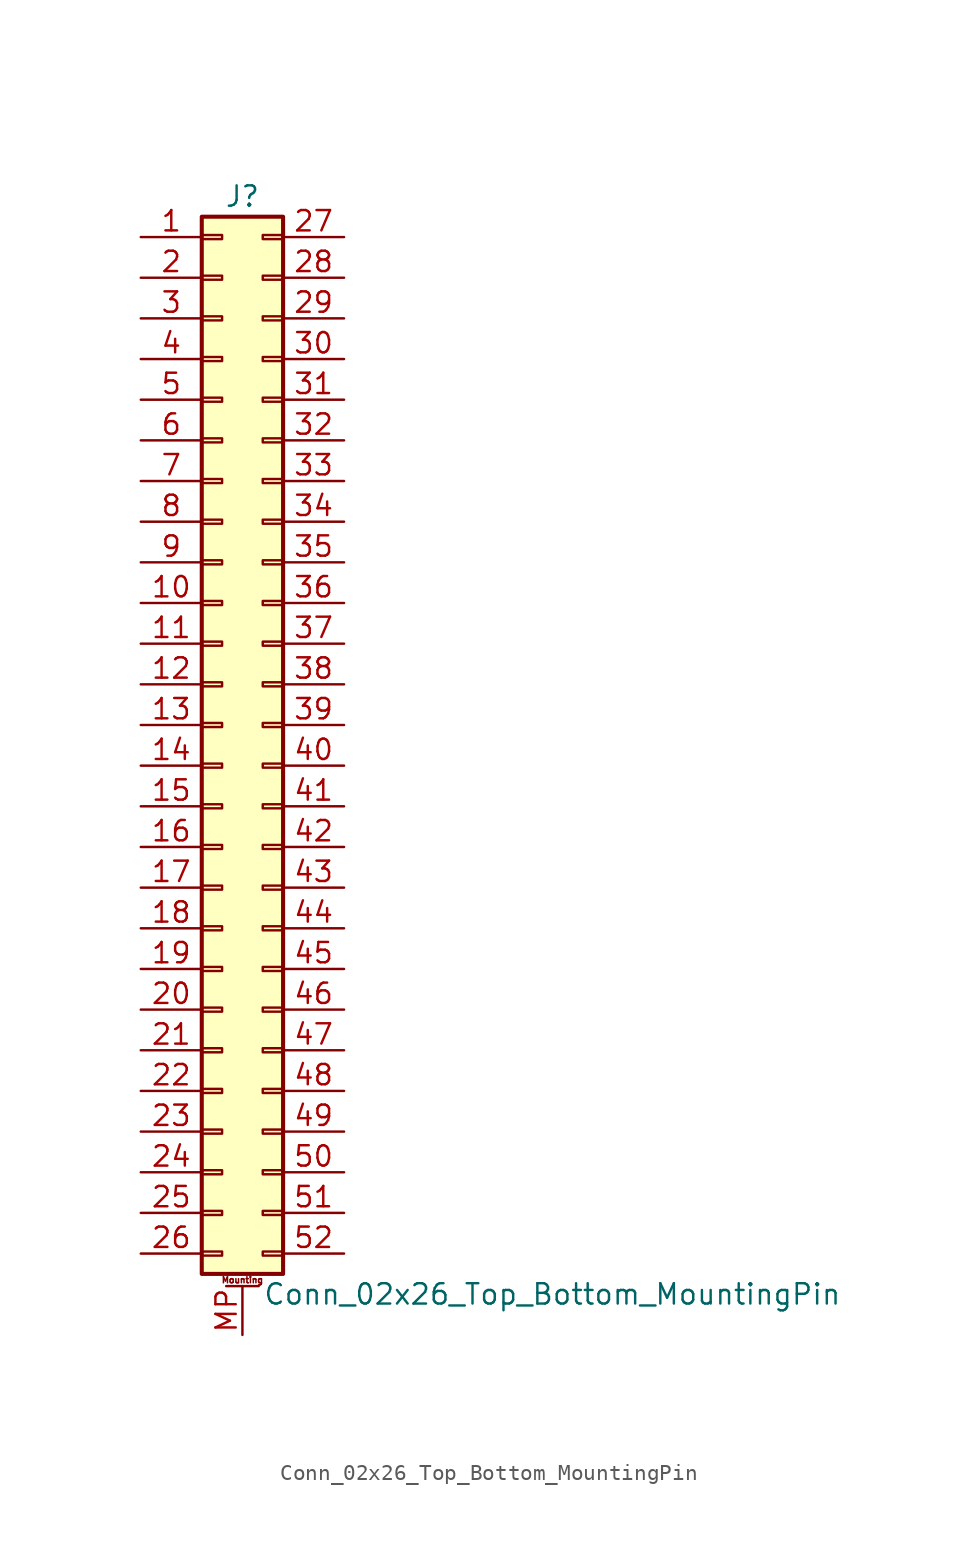
<source format=kicad_sym>
(kicad_symbol_lib
  (version 20201005)
  (generator kicad_symbol_editor)
  (symbol "Conn_02x26_Top_Bottom_MountingPin"
    (pin_names
      (offset 1.016) hide)
    (property "Reference" "J"
      (at 1.27 33.02 0)
      (effects (font (size 1.27 1.27))))
    (property "Value" "Conn_02x26_Top_Bottom_MountingPin"
      (at 2.54 -35.56 0)
      (effects (font (size 1.27 1.27)) (justify left)))
    (symbol "Conn_02x26_Top_Bottom_MountingPin_1_1"
      (text "Mounting" (at 1.27 -34.671 0) (effects (font (size 0.381 0.381))))
      (rectangle (start -1.27 -32.893) (end 0 -33.147) (stroke (width 0.152)) (fill (type none)))
      (rectangle (start -1.27 -30.353) (end 0 -30.607) (stroke (width 0.152)) (fill (type none)))
      (rectangle (start -1.27 -27.813) (end 0 -28.067) (stroke (width 0.152)) (fill (type none)))
      (rectangle (start -1.27 -25.273) (end 0 -25.527) (stroke (width 0.152)) (fill (type none)))
      (rectangle (start -1.27 -22.733) (end 0 -22.987) (stroke (width 0.152)) (fill (type none)))
      (rectangle (start -1.27 -20.193) (end 0 -20.447) (stroke (width 0.152)) (fill (type none)))
      (rectangle (start -1.27 -17.653) (end 0 -17.907) (stroke (width 0.152)) (fill (type none)))
      (rectangle (start -1.27 -15.113) (end 0 -15.367) (stroke (width 0.152)) (fill (type none)))
      (rectangle (start -1.27 -12.573) (end 0 -12.827) (stroke (width 0.152)) (fill (type none)))
      (rectangle (start -1.27 -10.033) (end 0 -10.287) (stroke (width 0.152)) (fill (type none)))
      (rectangle (start -1.27 -7.493) (end 0 -7.747) (stroke (width 0.152)) (fill (type none)))
      (rectangle (start -1.27 -4.953) (end 0 -5.207) (stroke (width 0.152)) (fill (type none)))
      (rectangle (start -1.27 -2.413) (end 0 -2.667) (stroke (width 0.152)) (fill (type none)))
      (rectangle (start -1.27 0.127) (end 0 -0.127) (stroke (width 0.152)) (fill (type none)))
      (rectangle (start -1.27 2.667) (end 0 2.413) (stroke (width 0.152)) (fill (type none)))
      (rectangle (start -1.27 5.207) (end 0 4.953) (stroke (width 0.152)) (fill (type none)))
      (rectangle (start -1.27 7.747) (end 0 7.493) (stroke (width 0.152)) (fill (type none)))
      (rectangle (start -1.27 10.287) (end 0 10.033) (stroke (width 0.152)) (fill (type none)))
      (rectangle (start -1.27 12.827) (end 0 12.573) (stroke (width 0.152)) (fill (type none)))
      (rectangle (start -1.27 15.367) (end 0 15.113) (stroke (width 0.152)) (fill (type none)))
      (rectangle (start -1.27 17.907) (end 0 17.653) (stroke (width 0.152)) (fill (type none)))
      (rectangle (start -1.27 20.447) (end 0 20.193) (stroke (width 0.152)) (fill (type none)))
      (rectangle (start -1.27 22.987) (end 0 22.733) (stroke (width 0.152)) (fill (type none)))
      (rectangle (start -1.27 25.527) (end 0 25.273) (stroke (width 0.152)) (fill (type none)))
      (rectangle (start -1.27 28.067) (end 0 27.813) (stroke (width 0.152)) (fill (type none)))
      (rectangle (start -1.27 30.607) (end 0 30.353) (stroke (width 0.152)) (fill (type none)))
      (rectangle (start -1.27 31.75) (end 3.81 -34.29) (stroke (width 0.254)) (fill (type background)))
      (rectangle (start 3.81 -32.893) (end 2.54 -33.147) (stroke (width 0.152)) (fill (type none)))
      (rectangle (start 3.81 -30.353) (end 2.54 -30.607) (stroke (width 0.152)) (fill (type none)))
      (rectangle (start 3.81 -27.813) (end 2.54 -28.067) (stroke (width 0.152)) (fill (type none)))
      (rectangle (start 3.81 -25.273) (end 2.54 -25.527) (stroke (width 0.152)) (fill (type none)))
      (rectangle (start 3.81 -22.733) (end 2.54 -22.987) (stroke (width 0.152)) (fill (type none)))
      (rectangle (start 3.81 -20.193) (end 2.54 -20.447) (stroke (width 0.152)) (fill (type none)))
      (rectangle (start 3.81 -17.653) (end 2.54 -17.907) (stroke (width 0.152)) (fill (type none)))
      (rectangle (start 3.81 -15.113) (end 2.54 -15.367) (stroke (width 0.152)) (fill (type none)))
      (rectangle (start 3.81 -12.573) (end 2.54 -12.827) (stroke (width 0.152)) (fill (type none)))
      (rectangle (start 3.81 -10.033) (end 2.54 -10.287) (stroke (width 0.152)) (fill (type none)))
      (rectangle (start 3.81 -7.493) (end 2.54 -7.747) (stroke (width 0.152)) (fill (type none)))
      (rectangle (start 3.81 -4.953) (end 2.54 -5.207) (stroke (width 0.152)) (fill (type none)))
      (rectangle (start 3.81 -2.413) (end 2.54 -2.667) (stroke (width 0.152)) (fill (type none)))
      (rectangle (start 3.81 0.127) (end 2.54 -0.127) (stroke (width 0.152)) (fill (type none)))
      (rectangle (start 3.81 2.667) (end 2.54 2.413) (stroke (width 0.152)) (fill (type none)))
      (rectangle (start 3.81 5.207) (end 2.54 4.953) (stroke (width 0.152)) (fill (type none)))
      (rectangle (start 3.81 7.747) (end 2.54 7.493) (stroke (width 0.152)) (fill (type none)))
      (rectangle (start 3.81 10.287) (end 2.54 10.033) (stroke (width 0.152)) (fill (type none)))
      (rectangle (start 3.81 12.827) (end 2.54 12.573) (stroke (width 0.152)) (fill (type none)))
      (rectangle (start 3.81 15.367) (end 2.54 15.113) (stroke (width 0.152)) (fill (type none)))
      (rectangle (start 3.81 17.907) (end 2.54 17.653) (stroke (width 0.152)) (fill (type none)))
      (rectangle (start 3.81 20.447) (end 2.54 20.193) (stroke (width 0.152)) (fill (type none)))
      (rectangle (start 3.81 22.987) (end 2.54 22.733) (stroke (width 0.152)) (fill (type none)))
      (rectangle (start 3.81 25.527) (end 2.54 25.273) (stroke (width 0.152)) (fill (type none)))
      (rectangle (start 3.81 28.067) (end 2.54 27.813) (stroke (width 0.152)) (fill (type none)))
      (rectangle (start 3.81 30.607) (end 2.54 30.353) (stroke (width 0.152)) (fill (type none)))
      (polyline (pts (xy 0.254 -35.052) (xy 2.286 -35.052)) (stroke (width 0.152)) (fill (type none)))
      (pin passive line (at -5.08 30.48 0) (length 3.81) (name "Pin_1" (effects (font (size 1.27 1.27)))) (number "1" (effects (font (size 1.27 1.27)))))
      (pin passive line (at -5.08 7.62 0) (length 3.81) (name "Pin_10" (effects (font (size 1.27 1.27)))) (number "10" (effects (font (size 1.27 1.27)))))
      (pin passive line (at -5.08 5.08 0) (length 3.81) (name "Pin_11" (effects (font (size 1.27 1.27)))) (number "11" (effects (font (size 1.27 1.27)))))
      (pin passive line (at -5.08 2.54 0) (length 3.81) (name "Pin_12" (effects (font (size 1.27 1.27)))) (number "12" (effects (font (size 1.27 1.27)))))
      (pin passive line (at -5.08 0 0) (length 3.81) (name "Pin_13" (effects (font (size 1.27 1.27)))) (number "13" (effects (font (size 1.27 1.27)))))
      (pin passive line (at -5.08 -2.54 0) (length 3.81) (name "Pin_14" (effects (font (size 1.27 1.27)))) (number "14" (effects (font (size 1.27 1.27)))))
      (pin passive line (at -5.08 -5.08 0) (length 3.81) (name "Pin_15" (effects (font (size 1.27 1.27)))) (number "15" (effects (font (size 1.27 1.27)))))
      (pin passive line (at -5.08 -7.62 0) (length 3.81) (name "Pin_16" (effects (font (size 1.27 1.27)))) (number "16" (effects (font (size 1.27 1.27)))))
      (pin passive line (at -5.08 -10.16 0) (length 3.81) (name "Pin_17" (effects (font (size 1.27 1.27)))) (number "17" (effects (font (size 1.27 1.27)))))
      (pin passive line (at -5.08 -12.7 0) (length 3.81) (name "Pin_18" (effects (font (size 1.27 1.27)))) (number "18" (effects (font (size 1.27 1.27)))))
      (pin passive line (at -5.08 -15.24 0) (length 3.81) (name "Pin_19" (effects (font (size 1.27 1.27)))) (number "19" (effects (font (size 1.27 1.27)))))
      (pin passive line (at -5.08 27.94 0) (length 3.81) (name "Pin_2" (effects (font (size 1.27 1.27)))) (number "2" (effects (font (size 1.27 1.27)))))
      (pin passive line (at -5.08 -17.78 0) (length 3.81) (name "Pin_20" (effects (font (size 1.27 1.27)))) (number "20" (effects (font (size 1.27 1.27)))))
      (pin passive line (at -5.08 -20.32 0) (length 3.81) (name "Pin_21" (effects (font (size 1.27 1.27)))) (number "21" (effects (font (size 1.27 1.27)))))
      (pin passive line (at -5.08 -22.86 0) (length 3.81) (name "Pin_22" (effects (font (size 1.27 1.27)))) (number "22" (effects (font (size 1.27 1.27)))))
      (pin passive line (at -5.08 -25.4 0) (length 3.81) (name "Pin_23" (effects (font (size 1.27 1.27)))) (number "23" (effects (font (size 1.27 1.27)))))
      (pin passive line (at -5.08 -27.94 0) (length 3.81) (name "Pin_24" (effects (font (size 1.27 1.27)))) (number "24" (effects (font (size 1.27 1.27)))))
      (pin passive line (at -5.08 -30.48 0) (length 3.81) (name "Pin_25" (effects (font (size 1.27 1.27)))) (number "25" (effects (font (size 1.27 1.27)))))
      (pin passive line (at -5.08 -33.02 0) (length 3.81) (name "Pin_26" (effects (font (size 1.27 1.27)))) (number "26" (effects (font (size 1.27 1.27)))))
      (pin passive line (at 7.62 30.48 180) (length 3.81) (name "Pin_27" (effects (font (size 1.27 1.27)))) (number "27" (effects (font (size 1.27 1.27)))))
      (pin passive line (at 7.62 27.94 180) (length 3.81) (name "Pin_28" (effects (font (size 1.27 1.27)))) (number "28" (effects (font (size 1.27 1.27)))))
      (pin passive line (at 7.62 25.4 180) (length 3.81) (name "Pin_29" (effects (font (size 1.27 1.27)))) (number "29" (effects (font (size 1.27 1.27)))))
      (pin passive line (at -5.08 25.4 0) (length 3.81) (name "Pin_3" (effects (font (size 1.27 1.27)))) (number "3" (effects (font (size 1.27 1.27)))))
      (pin passive line (at 7.62 22.86 180) (length 3.81) (name "Pin_30" (effects (font (size 1.27 1.27)))) (number "30" (effects (font (size 1.27 1.27)))))
      (pin passive line (at 7.62 20.32 180) (length 3.81) (name "Pin_31" (effects (font (size 1.27 1.27)))) (number "31" (effects (font (size 1.27 1.27)))))
      (pin passive line (at 7.62 17.78 180) (length 3.81) (name "Pin_32" (effects (font (size 1.27 1.27)))) (number "32" (effects (font (size 1.27 1.27)))))
      (pin passive line (at 7.62 15.24 180) (length 3.81) (name "Pin_33" (effects (font (size 1.27 1.27)))) (number "33" (effects (font (size 1.27 1.27)))))
      (pin passive line (at 7.62 12.7 180) (length 3.81) (name "Pin_34" (effects (font (size 1.27 1.27)))) (number "34" (effects (font (size 1.27 1.27)))))
      (pin passive line (at 7.62 10.16 180) (length 3.81) (name "Pin_35" (effects (font (size 1.27 1.27)))) (number "35" (effects (font (size 1.27 1.27)))))
      (pin passive line (at 7.62 7.62 180) (length 3.81) (name "Pin_36" (effects (font (size 1.27 1.27)))) (number "36" (effects (font (size 1.27 1.27)))))
      (pin passive line (at 7.62 5.08 180) (length 3.81) (name "Pin_37" (effects (font (size 1.27 1.27)))) (number "37" (effects (font (size 1.27 1.27)))))
      (pin passive line (at 7.62 2.54 180) (length 3.81) (name "Pin_38" (effects (font (size 1.27 1.27)))) (number "38" (effects (font (size 1.27 1.27)))))
      (pin passive line (at 7.62 0 180) (length 3.81) (name "Pin_39" (effects (font (size 1.27 1.27)))) (number "39" (effects (font (size 1.27 1.27)))))
      (pin passive line (at -5.08 22.86 0) (length 3.81) (name "Pin_4" (effects (font (size 1.27 1.27)))) (number "4" (effects (font (size 1.27 1.27)))))
      (pin passive line (at 7.62 -2.54 180) (length 3.81) (name "Pin_40" (effects (font (size 1.27 1.27)))) (number "40" (effects (font (size 1.27 1.27)))))
      (pin passive line (at 7.62 -5.08 180) (length 3.81) (name "Pin_41" (effects (font (size 1.27 1.27)))) (number "41" (effects (font (size 1.27 1.27)))))
      (pin passive line (at 7.62 -7.62 180) (length 3.81) (name "Pin_42" (effects (font (size 1.27 1.27)))) (number "42" (effects (font (size 1.27 1.27)))))
      (pin passive line (at 7.62 -10.16 180) (length 3.81) (name "Pin_43" (effects (font (size 1.27 1.27)))) (number "43" (effects (font (size 1.27 1.27)))))
      (pin passive line (at 7.62 -12.7 180) (length 3.81) (name "Pin_44" (effects (font (size 1.27 1.27)))) (number "44" (effects (font (size 1.27 1.27)))))
      (pin passive line (at 7.62 -15.24 180) (length 3.81) (name "Pin_45" (effects (font (size 1.27 1.27)))) (number "45" (effects (font (size 1.27 1.27)))))
      (pin passive line (at 7.62 -17.78 180) (length 3.81) (name "Pin_46" (effects (font (size 1.27 1.27)))) (number "46" (effects (font (size 1.27 1.27)))))
      (pin passive line (at 7.62 -20.32 180) (length 3.81) (name "Pin_47" (effects (font (size 1.27 1.27)))) (number "47" (effects (font (size 1.27 1.27)))))
      (pin passive line (at 7.62 -22.86 180) (length 3.81) (name "Pin_48" (effects (font (size 1.27 1.27)))) (number "48" (effects (font (size 1.27 1.27)))))
      (pin passive line (at 7.62 -25.4 180) (length 3.81) (name "Pin_49" (effects (font (size 1.27 1.27)))) (number "49" (effects (font (size 1.27 1.27)))))
      (pin passive line (at -5.08 20.32 0) (length 3.81) (name "Pin_5" (effects (font (size 1.27 1.27)))) (number "5" (effects (font (size 1.27 1.27)))))
      (pin passive line (at 7.62 -27.94 180) (length 3.81) (name "Pin_50" (effects (font (size 1.27 1.27)))) (number "50" (effects (font (size 1.27 1.27)))))
      (pin passive line (at 7.62 -30.48 180) (length 3.81) (name "Pin_51" (effects (font (size 1.27 1.27)))) (number "51" (effects (font (size 1.27 1.27)))))
      (pin passive line (at 7.62 -33.02 180) (length 3.81) (name "Pin_52" (effects (font (size 1.27 1.27)))) (number "52" (effects (font (size 1.27 1.27)))))
      (pin passive line (at -5.08 17.78 0) (length 3.81) (name "Pin_6" (effects (font (size 1.27 1.27)))) (number "6" (effects (font (size 1.27 1.27)))))
      (pin passive line (at -5.08 15.24 0) (length 3.81) (name "Pin_7" (effects (font (size 1.27 1.27)))) (number "7" (effects (font (size 1.27 1.27)))))
      (pin passive line (at -5.08 12.7 0) (length 3.81) (name "Pin_8" (effects (font (size 1.27 1.27)))) (number "8" (effects (font (size 1.27 1.27)))))
      (pin passive line (at -5.08 10.16 0) (length 3.81) (name "Pin_9" (effects (font (size 1.27 1.27)))) (number "9" (effects (font (size 1.27 1.27)))))
      (pin passive line (at 1.27 -38.1 90) (length 3.048) (name "MountPin" (effects (font (size 1.27 1.27)))) (number "MP" (effects (font (size 1.27 1.27))))))))
</source>
